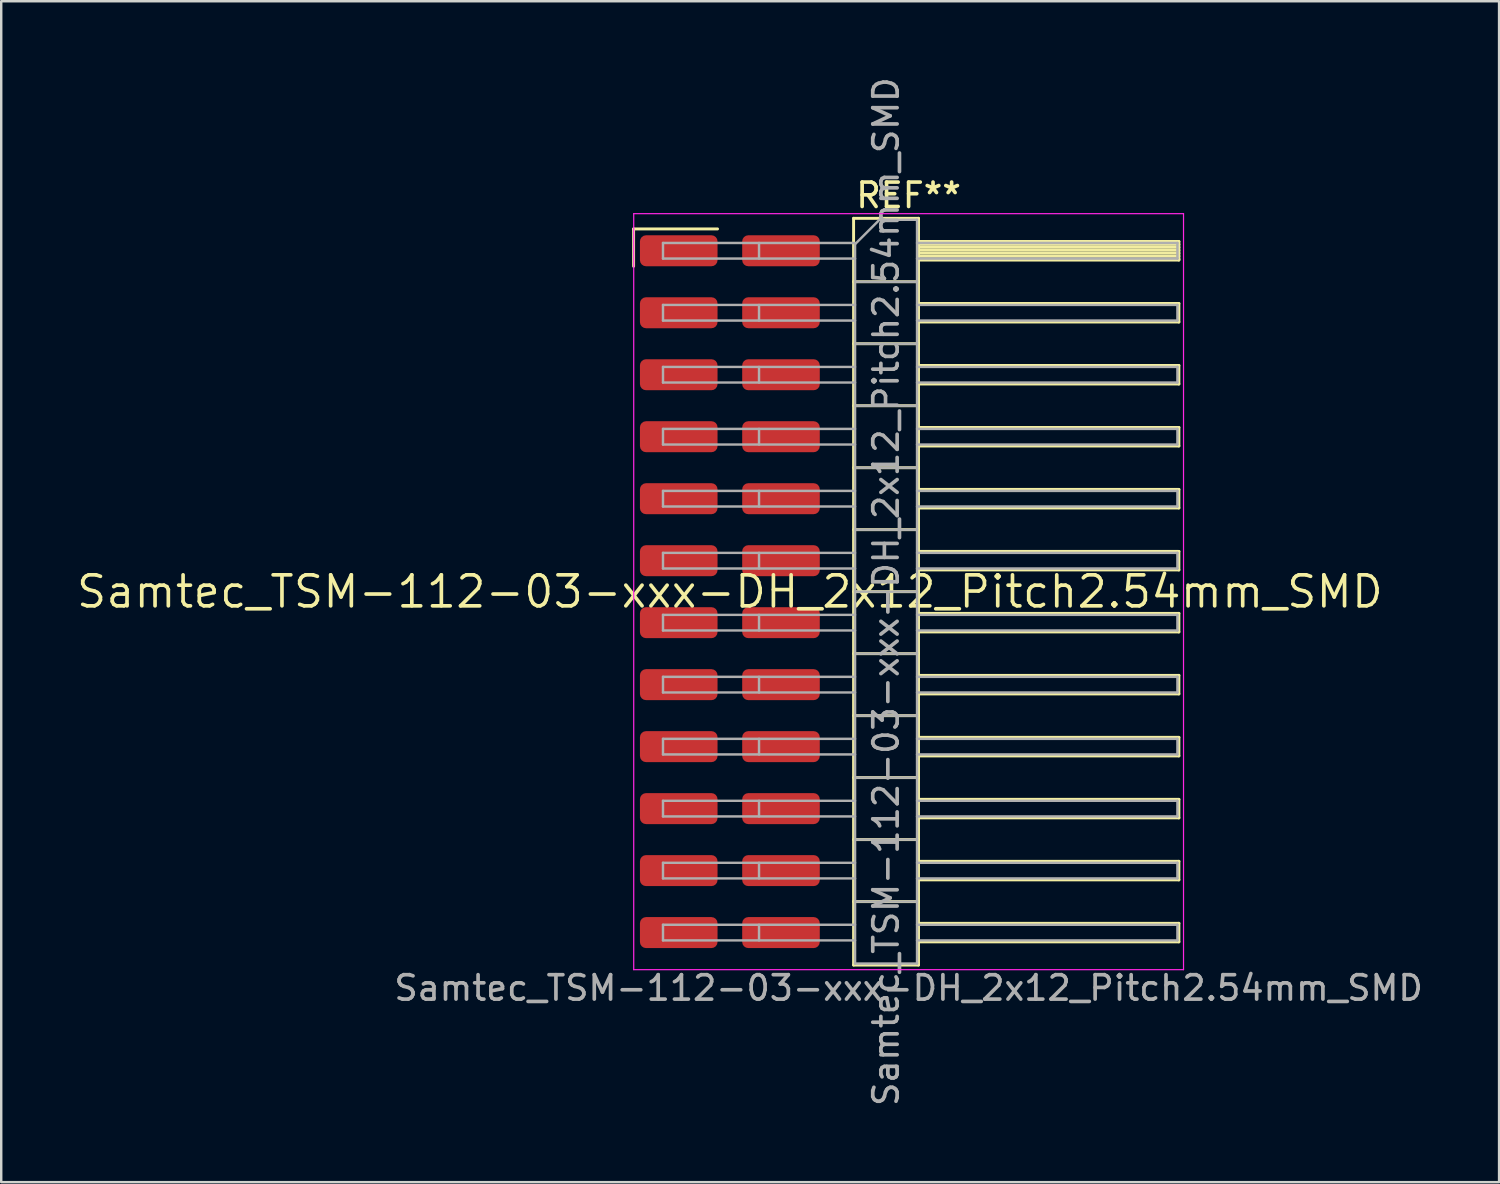
<source format=kicad_pcb>
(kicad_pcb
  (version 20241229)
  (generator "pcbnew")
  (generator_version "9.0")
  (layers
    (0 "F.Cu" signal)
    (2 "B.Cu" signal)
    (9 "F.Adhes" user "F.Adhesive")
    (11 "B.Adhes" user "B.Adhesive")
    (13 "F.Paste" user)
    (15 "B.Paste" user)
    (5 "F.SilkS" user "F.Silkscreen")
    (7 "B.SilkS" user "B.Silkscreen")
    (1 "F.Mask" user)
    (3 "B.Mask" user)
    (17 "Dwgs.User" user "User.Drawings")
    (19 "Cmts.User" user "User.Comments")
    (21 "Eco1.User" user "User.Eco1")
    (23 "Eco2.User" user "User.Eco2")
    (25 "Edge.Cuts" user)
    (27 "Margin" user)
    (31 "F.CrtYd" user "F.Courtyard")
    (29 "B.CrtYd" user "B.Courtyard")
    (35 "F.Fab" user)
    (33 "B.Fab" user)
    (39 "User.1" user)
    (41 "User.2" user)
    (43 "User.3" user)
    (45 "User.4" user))
  (footprint "Samtec_TSM-112-03-xxx-DH_2x12_Pitch2.54mm_SMD"
    (layer "F.Cu")
    (at 26.859 21.196)
    (property "Reference" "Samtec_TSM-112-03-xxx-DH_2x12_Pitch2.54mm_SMD" (at 0 0 0) (layer "F.SilkS") (effects (font (size 1.27 1.27) (thickness 0.15))))
    (attr smd)
    (fp_line (start -3.945 -14.865) (end -0.505 -14.865) (stroke (width 0.12) (type solid)) (layer "F.SilkS"))
    (fp_line (start -3.945 -13.335) (end -3.945 -14.865) (stroke (width 0.12) (type solid)) (layer "F.SilkS"))
    (fp_line (start 5.07 -15.3) (end 7.73 -15.3) (stroke (width 0.12) (type solid)) (layer "F.SilkS"))
    (fp_line (start 5.07 -12.7) (end 7.73 -12.7) (stroke (width 0.12) (type solid)) (layer "F.SilkS"))
    (fp_line (start 5.07 -10.16) (end 7.73 -10.16) (stroke (width 0.12) (type solid)) (layer "F.SilkS"))
    (fp_line (start 5.07 -7.62) (end 7.73 -7.62) (stroke (width 0.12) (type solid)) (layer "F.SilkS"))
    (fp_line (start 5.07 -5.08) (end 7.73 -5.08) (stroke (width 0.12) (type solid)) (layer "F.SilkS"))
    (fp_line (start 5.07 -2.54) (end 7.73 -2.54) (stroke (width 0.12) (type solid)) (layer "F.SilkS"))
    (fp_line (start 5.07 0) (end 7.73 0) (stroke (width 0.12) (type solid)) (layer "F.SilkS"))
    (fp_line (start 5.07 2.54) (end 7.73 2.54) (stroke (width 0.12) (type solid)) (layer "F.SilkS"))
    (fp_line (start 5.07 5.08) (end 7.73 5.08) (stroke (width 0.12) (type solid)) (layer "F.SilkS"))
    (fp_line (start 5.07 7.62) (end 7.73 7.62) (stroke (width 0.12) (type solid)) (layer "F.SilkS"))
    (fp_line (start 5.07 10.16) (end 7.73 10.16) (stroke (width 0.12) (type solid)) (layer "F.SilkS"))
    (fp_line (start 5.07 12.7) (end 7.73 12.7) (stroke (width 0.12) (type solid)) (layer "F.SilkS"))
    (fp_line (start 5.07 15.3) (end 5.07 -15.3) (stroke (width 0.12) (type solid)) (layer "F.SilkS"))
    (fp_line (start 7.73 -15.3) (end 7.73 15.3) (stroke (width 0.12) (type solid)) (layer "F.SilkS"))
    (fp_line (start 7.73 -14.35) (end 18.4 -14.35) (stroke (width 0.12) (type solid)) (layer "F.SilkS"))
    (fp_line (start 7.73 -14.23) (end 18.4 -14.23) (stroke (width 0.12) (type solid)) (layer "F.SilkS"))
    (fp_line (start 7.73 -14.11) (end 18.4 -14.11) (stroke (width 0.12) (type solid)) (layer "F.SilkS"))
    (fp_line (start 7.73 -13.99) (end 18.4 -13.99) (stroke (width 0.12) (type solid)) (layer "F.SilkS"))
    (fp_line (start 7.73 -13.87) (end 18.4 -13.87) (stroke (width 0.12) (type solid)) (layer "F.SilkS"))
    (fp_line (start 7.73 -13.75) (end 18.4 -13.75) (stroke (width 0.12) (type solid)) (layer "F.SilkS"))
    (fp_line (start 7.73 -13.63) (end 18.4 -13.63) (stroke (width 0.12) (type solid)) (layer "F.SilkS"))
    (fp_line (start 7.73 -13.59) (end 18.4 -13.59) (stroke (width 0.12) (type solid)) (layer "F.SilkS"))
    (fp_line (start 7.73 -11.81) (end 18.4 -11.81) (stroke (width 0.12) (type solid)) (layer "F.SilkS"))
    (fp_line (start 7.73 -11.05) (end 18.4 -11.05) (stroke (width 0.12) (type solid)) (layer "F.SilkS"))
    (fp_line (start 7.73 -9.27) (end 18.4 -9.27) (stroke (width 0.12) (type solid)) (layer "F.SilkS"))
    (fp_line (start 7.73 -8.51) (end 18.4 -8.51) (stroke (width 0.12) (type solid)) (layer "F.SilkS"))
    (fp_line (start 7.73 -6.73) (end 18.4 -6.73) (stroke (width 0.12) (type solid)) (layer "F.SilkS"))
    (fp_line (start 7.73 -5.97) (end 18.4 -5.97) (stroke (width 0.12) (type solid)) (layer "F.SilkS"))
    (fp_line (start 7.73 -4.19) (end 18.4 -4.19) (stroke (width 0.12) (type solid)) (layer "F.SilkS"))
    (fp_line (start 7.73 -3.43) (end 18.4 -3.43) (stroke (width 0.12) (type solid)) (layer "F.SilkS"))
    (fp_line (start 7.73 -1.65) (end 18.4 -1.65) (stroke (width 0.12) (type solid)) (layer "F.SilkS"))
    (fp_line (start 7.73 -0.89) (end 18.4 -0.89) (stroke (width 0.12) (type solid)) (layer "F.SilkS"))
    (fp_line (start 7.73 0.89) (end 18.4 0.89) (stroke (width 0.12) (type solid)) (layer "F.SilkS"))
    (fp_line (start 7.73 1.65) (end 18.4 1.65) (stroke (width 0.12) (type solid)) (layer "F.SilkS"))
    (fp_line (start 7.73 3.43) (end 18.4 3.43) (stroke (width 0.12) (type solid)) (layer "F.SilkS"))
    (fp_line (start 7.73 4.19) (end 18.4 4.19) (stroke (width 0.12) (type solid)) (layer "F.SilkS"))
    (fp_line (start 7.73 5.97) (end 18.4 5.97) (stroke (width 0.12) (type solid)) (layer "F.SilkS"))
    (fp_line (start 7.73 6.73) (end 18.4 6.73) (stroke (width 0.12) (type solid)) (layer "F.SilkS"))
    (fp_line (start 7.73 8.51) (end 18.4 8.51) (stroke (width 0.12) (type solid)) (layer "F.SilkS"))
    (fp_line (start 7.73 9.27) (end 18.4 9.27) (stroke (width 0.12) (type solid)) (layer "F.SilkS"))
    (fp_line (start 7.73 11.05) (end 18.4 11.05) (stroke (width 0.12) (type solid)) (layer "F.SilkS"))
    (fp_line (start 7.73 11.81) (end 18.4 11.81) (stroke (width 0.12) (type solid)) (layer "F.SilkS"))
    (fp_line (start 7.73 13.59) (end 18.4 13.59) (stroke (width 0.12) (type solid)) (layer "F.SilkS"))
    (fp_line (start 7.73 14.35) (end 18.4 14.35) (stroke (width 0.12) (type solid)) (layer "F.SilkS"))
    (fp_line (start 7.73 15.3) (end 5.07 15.3) (stroke (width 0.12) (type solid)) (layer "F.SilkS"))
    (fp_line (start 18.4 -14.35) (end 18.4 -13.59) (stroke (width 0.12) (type solid)) (layer "F.SilkS"))
    (fp_line (start 18.4 -11.81) (end 18.4 -11.05) (stroke (width 0.12) (type solid)) (layer "F.SilkS"))
    (fp_line (start 18.4 -9.27) (end 18.4 -8.51) (stroke (width 0.12) (type solid)) (layer "F.SilkS"))
    (fp_line (start 18.4 -6.73) (end 18.4 -5.97) (stroke (width 0.12) (type solid)) (layer "F.SilkS"))
    (fp_line (start 18.4 -4.19) (end 18.4 -3.43) (stroke (width 0.12) (type solid)) (layer "F.SilkS"))
    (fp_line (start 18.4 -1.65) (end 18.4 -0.89) (stroke (width 0.12) (type solid)) (layer "F.SilkS"))
    (fp_line (start 18.4 0.89) (end 18.4 1.65) (stroke (width 0.12) (type solid)) (layer "F.SilkS"))
    (fp_line (start 18.4 3.43) (end 18.4 4.19) (stroke (width 0.12) (type solid)) (layer "F.SilkS"))
    (fp_line (start 18.4 5.97) (end 18.4 6.73) (stroke (width 0.12) (type solid)) (layer "F.SilkS"))
    (fp_line (start 18.4 8.51) (end 18.4 9.27) (stroke (width 0.12) (type solid)) (layer "F.SilkS"))
    (fp_line (start 18.4 11.05) (end 18.4 11.81) (stroke (width 0.12) (type solid)) (layer "F.SilkS"))
    (fp_line (start 18.4 13.59) (end 18.4 14.35) (stroke (width 0.12) (type solid)) (layer "F.SilkS"))
    (fp_line (start -3.94 -15.49) (end 18.59 -15.49) (stroke (width 0.05) (type solid)) (layer "F.CrtYd"))
    (fp_line (start -3.94 15.49) (end -3.94 -15.49) (stroke (width 0.05) (type solid)) (layer "F.CrtYd"))
    (fp_line (start 18.59 -15.49) (end 18.59 15.49) (stroke (width 0.05) (type solid)) (layer "F.CrtYd"))
    (fp_line (start 18.59 15.49) (end -3.94 15.49) (stroke (width 0.05) (type solid)) (layer "F.CrtYd"))
    (fp_line (start -2.74 -14.29) (end -2.74 -13.65) (stroke (width 0.1) (type solid)) (layer "F.Fab"))
    (fp_line (start -2.74 -14.29) (end 5.13 -14.29) (stroke (width 0.1) (type solid)) (layer "F.Fab"))
    (fp_line (start -2.74 -13.65) (end 5.13 -13.65) (stroke (width 0.1) (type solid)) (layer "F.Fab"))
    (fp_line (start -2.74 -11.75) (end -2.74 -11.11) (stroke (width 0.1) (type solid)) (layer "F.Fab"))
    (fp_line (start -2.74 -11.75) (end 5.13 -11.75) (stroke (width 0.1) (type solid)) (layer "F.Fab"))
    (fp_line (start -2.74 -11.11) (end 5.13 -11.11) (stroke (width 0.1) (type solid)) (layer "F.Fab"))
    (fp_line (start -2.74 -9.21) (end -2.74 -8.57) (stroke (width 0.1) (type solid)) (layer "F.Fab"))
    (fp_line (start -2.74 -9.21) (end 5.13 -9.21) (stroke (width 0.1) (type solid)) (layer "F.Fab"))
    (fp_line (start -2.74 -8.57) (end 5.13 -8.57) (stroke (width 0.1) (type solid)) (layer "F.Fab"))
    (fp_line (start -2.74 -6.67) (end -2.74 -6.03) (stroke (width 0.1) (type solid)) (layer "F.Fab"))
    (fp_line (start -2.74 -6.67) (end 5.13 -6.67) (stroke (width 0.1) (type solid)) (layer "F.Fab"))
    (fp_line (start -2.74 -6.03) (end 5.13 -6.03) (stroke (width 0.1) (type solid)) (layer "F.Fab"))
    (fp_line (start -2.74 -4.13) (end -2.74 -3.49) (stroke (width 0.1) (type solid)) (layer "F.Fab"))
    (fp_line (start -2.74 -4.13) (end 5.13 -4.13) (stroke (width 0.1) (type solid)) (layer "F.Fab"))
    (fp_line (start -2.74 -3.49) (end 5.13 -3.49) (stroke (width 0.1) (type solid)) (layer "F.Fab"))
    (fp_line (start -2.74 -1.59) (end -2.74 -0.95) (stroke (width 0.1) (type solid)) (layer "F.Fab"))
    (fp_line (start -2.74 -1.59) (end 5.13 -1.59) (stroke (width 0.1) (type solid)) (layer "F.Fab"))
    (fp_line (start -2.74 -0.95) (end 5.13 -0.95) (stroke (width 0.1) (type solid)) (layer "F.Fab"))
    (fp_line (start -2.74 0.95) (end -2.74 1.59) (stroke (width 0.1) (type solid)) (layer "F.Fab"))
    (fp_line (start -2.74 0.95) (end 5.13 0.95) (stroke (width 0.1) (type solid)) (layer "F.Fab"))
    (fp_line (start -2.74 1.59) (end 5.13 1.59) (stroke (width 0.1) (type solid)) (layer "F.Fab"))
    (fp_line (start -2.74 3.49) (end -2.74 4.13) (stroke (width 0.1) (type solid)) (layer "F.Fab"))
    (fp_line (start -2.74 3.49) (end 5.13 3.49) (stroke (width 0.1) (type solid)) (layer "F.Fab"))
    (fp_line (start -2.74 4.13) (end 5.13 4.13) (stroke (width 0.1) (type solid)) (layer "F.Fab"))
    (fp_line (start -2.74 6.03) (end -2.74 6.67) (stroke (width 0.1) (type solid)) (layer "F.Fab"))
    (fp_line (start -2.74 6.03) (end 5.13 6.03) (stroke (width 0.1) (type solid)) (layer "F.Fab"))
    (fp_line (start -2.74 6.67) (end 5.13 6.67) (stroke (width 0.1) (type solid)) (layer "F.Fab"))
    (fp_line (start -2.74 8.57) (end -2.74 9.21) (stroke (width 0.1) (type solid)) (layer "F.Fab"))
    (fp_line (start -2.74 8.57) (end 5.13 8.57) (stroke (width 0.1) (type solid)) (layer "F.Fab"))
    (fp_line (start -2.74 9.21) (end 5.13 9.21) (stroke (width 0.1) (type solid)) (layer "F.Fab"))
    (fp_line (start -2.74 11.11) (end -2.74 11.75) (stroke (width 0.1) (type solid)) (layer "F.Fab"))
    (fp_line (start -2.74 11.11) (end 5.13 11.11) (stroke (width 0.1) (type solid)) (layer "F.Fab"))
    (fp_line (start -2.74 11.75) (end 5.13 11.75) (stroke (width 0.1) (type solid)) (layer "F.Fab"))
    (fp_line (start -2.74 13.65) (end -2.74 14.29) (stroke (width 0.1) (type solid)) (layer "F.Fab"))
    (fp_line (start -2.74 13.65) (end 5.13 13.65) (stroke (width 0.1) (type solid)) (layer "F.Fab"))
    (fp_line (start -2.74 14.29) (end 5.13 14.29) (stroke (width 0.1) (type solid)) (layer "F.Fab"))
    (fp_line (start 1.195 -14.29) (end 1.195 -13.65) (stroke (width 0.1) (type solid)) (layer "F.Fab"))
    (fp_line (start 1.195 -11.75) (end 1.195 -11.11) (stroke (width 0.1) (type solid)) (layer "F.Fab"))
    (fp_line (start 1.195 -9.21) (end 1.195 -8.57) (stroke (width 0.1) (type solid)) (layer "F.Fab"))
    (fp_line (start 1.195 -6.67) (end 1.195 -6.03) (stroke (width 0.1) (type solid)) (layer "F.Fab"))
    (fp_line (start 1.195 -4.13) (end 1.195 -3.49) (stroke (width 0.1) (type solid)) (layer "F.Fab"))
    (fp_line (start 1.195 -1.59) (end 1.195 -0.95) (stroke (width 0.1) (type solid)) (layer "F.Fab"))
    (fp_line (start 1.195 0.95) (end 1.195 1.59) (stroke (width 0.1) (type solid)) (layer "F.Fab"))
    (fp_line (start 1.195 3.49) (end 1.195 4.13) (stroke (width 0.1) (type solid)) (layer "F.Fab"))
    (fp_line (start 1.195 6.03) (end 1.195 6.67) (stroke (width 0.1) (type solid)) (layer "F.Fab"))
    (fp_line (start 1.195 8.57) (end 1.195 9.21) (stroke (width 0.1) (type solid)) (layer "F.Fab"))
    (fp_line (start 1.195 11.11) (end 1.195 11.75) (stroke (width 0.1) (type solid)) (layer "F.Fab"))
    (fp_line (start 1.195 13.65) (end 1.195 14.29) (stroke (width 0.1) (type solid)) (layer "F.Fab"))
    (fp_line (start 5.13 -14.24) (end 6.13 -15.24) (stroke (width 0.1) (type solid)) (layer "F.Fab"))
    (fp_line (start 5.13 -12.7) (end 7.67 -12.7) (stroke (width 0.1) (type solid)) (layer "F.Fab"))
    (fp_line (start 5.13 -10.16) (end 7.67 -10.16) (stroke (width 0.1) (type solid)) (layer "F.Fab"))
    (fp_line (start 5.13 -7.62) (end 7.67 -7.62) (stroke (width 0.1) (type solid)) (layer "F.Fab"))
    (fp_line (start 5.13 -5.08) (end 7.67 -5.08) (stroke (width 0.1) (type solid)) (layer "F.Fab"))
    (fp_line (start 5.13 -2.54) (end 7.67 -2.54) (stroke (width 0.1) (type solid)) (layer "F.Fab"))
    (fp_line (start 5.13 0) (end 7.67 0) (stroke (width 0.1) (type solid)) (layer "F.Fab"))
    (fp_line (start 5.13 2.54) (end 7.67 2.54) (stroke (width 0.1) (type solid)) (layer "F.Fab"))
    (fp_line (start 5.13 5.08) (end 7.67 5.08) (stroke (width 0.1) (type solid)) (layer "F.Fab"))
    (fp_line (start 5.13 7.62) (end 7.67 7.62) (stroke (width 0.1) (type solid)) (layer "F.Fab"))
    (fp_line (start 5.13 10.16) (end 7.67 10.16) (stroke (width 0.1) (type solid)) (layer "F.Fab"))
    (fp_line (start 5.13 12.7) (end 7.67 12.7) (stroke (width 0.1) (type solid)) (layer "F.Fab"))
    (fp_line (start 5.13 15.24) (end 5.13 -14.24) (stroke (width 0.1) (type solid)) (layer "F.Fab"))
    (fp_line (start 6.13 -15.24) (end 7.67 -15.24) (stroke (width 0.1) (type solid)) (layer "F.Fab"))
    (fp_line (start 7.67 -15.24) (end 7.67 15.24) (stroke (width 0.1) (type solid)) (layer "F.Fab"))
    (fp_line (start 7.67 -14.29) (end 18.34 -14.29) (stroke (width 0.1) (type solid)) (layer "F.Fab"))
    (fp_line (start 7.67 -13.65) (end 18.34 -13.65) (stroke (width 0.1) (type solid)) (layer "F.Fab"))
    (fp_line (start 7.67 -11.75) (end 18.34 -11.75) (stroke (width 0.1) (type solid)) (layer "F.Fab"))
    (fp_line (start 7.67 -11.11) (end 18.34 -11.11) (stroke (width 0.1) (type solid)) (layer "F.Fab"))
    (fp_line (start 7.67 -9.21) (end 18.34 -9.21) (stroke (width 0.1) (type solid)) (layer "F.Fab"))
    (fp_line (start 7.67 -8.57) (end 18.34 -8.57) (stroke (width 0.1) (type solid)) (layer "F.Fab"))
    (fp_line (start 7.67 -6.67) (end 18.34 -6.67) (stroke (width 0.1) (type solid)) (layer "F.Fab"))
    (fp_line (start 7.67 -6.03) (end 18.34 -6.03) (stroke (width 0.1) (type solid)) (layer "F.Fab"))
    (fp_line (start 7.67 -4.13) (end 18.34 -4.13) (stroke (width 0.1) (type solid)) (layer "F.Fab"))
    (fp_line (start 7.67 -3.49) (end 18.34 -3.49) (stroke (width 0.1) (type solid)) (layer "F.Fab"))
    (fp_line (start 7.67 -1.59) (end 18.34 -1.59) (stroke (width 0.1) (type solid)) (layer "F.Fab"))
    (fp_line (start 7.67 -0.95) (end 18.34 -0.95) (stroke (width 0.1) (type solid)) (layer "F.Fab"))
    (fp_line (start 7.67 0.95) (end 18.34 0.95) (stroke (width 0.1) (type solid)) (layer "F.Fab"))
    (fp_line (start 7.67 1.59) (end 18.34 1.59) (stroke (width 0.1) (type solid)) (layer "F.Fab"))
    (fp_line (start 7.67 3.49) (end 18.34 3.49) (stroke (width 0.1) (type solid)) (layer "F.Fab"))
    (fp_line (start 7.67 4.13) (end 18.34 4.13) (stroke (width 0.1) (type solid)) (layer "F.Fab"))
    (fp_line (start 7.67 6.03) (end 18.34 6.03) (stroke (width 0.1) (type solid)) (layer "F.Fab"))
    (fp_line (start 7.67 6.67) (end 18.34 6.67) (stroke (width 0.1) (type solid)) (layer "F.Fab"))
    (fp_line (start 7.67 8.57) (end 18.34 8.57) (stroke (width 0.1) (type solid)) (layer "F.Fab"))
    (fp_line (start 7.67 9.21) (end 18.34 9.21) (stroke (width 0.1) (type solid)) (layer "F.Fab"))
    (fp_line (start 7.67 11.11) (end 18.34 11.11) (stroke (width 0.1) (type solid)) (layer "F.Fab"))
    (fp_line (start 7.67 11.75) (end 18.34 11.75) (stroke (width 0.1) (type solid)) (layer "F.Fab"))
    (fp_line (start 7.67 13.65) (end 18.34 13.65) (stroke (width 0.1) (type solid)) (layer "F.Fab"))
    (fp_line (start 7.67 14.29) (end 18.34 14.29) (stroke (width 0.1) (type solid)) (layer "F.Fab"))
    (fp_line (start 7.67 15.24) (end 5.13 15.24) (stroke (width 0.1) (type solid)) (layer "F.Fab"))
    (fp_line (start 18.34 -14.29) (end 18.34 -13.65) (stroke (width 0.1) (type solid)) (layer "F.Fab"))
    (fp_line (start 18.34 -11.75) (end 18.34 -11.11) (stroke (width 0.1) (type solid)) (layer "F.Fab"))
    (fp_line (start 18.34 -9.21) (end 18.34 -8.57) (stroke (width 0.1) (type solid)) (layer "F.Fab"))
    (fp_line (start 18.34 -6.67) (end 18.34 -6.03) (stroke (width 0.1) (type solid)) (layer "F.Fab"))
    (fp_line (start 18.34 -4.13) (end 18.34 -3.49) (stroke (width 0.1) (type solid)) (layer "F.Fab"))
    (fp_line (start 18.34 -1.59) (end 18.34 -0.95) (stroke (width 0.1) (type solid)) (layer "F.Fab"))
    (fp_line (start 18.34 0.95) (end 18.34 1.59) (stroke (width 0.1) (type solid)) (layer "F.Fab"))
    (fp_line (start 18.34 3.49) (end 18.34 4.13) (stroke (width 0.1) (type solid)) (layer "F.Fab"))
    (fp_line (start 18.34 6.03) (end 18.34 6.67) (stroke (width 0.1) (type solid)) (layer "F.Fab"))
    (fp_line (start 18.34 8.57) (end 18.34 9.21) (stroke (width 0.1) (type solid)) (layer "F.Fab"))
    (fp_line (start 18.34 11.11) (end 18.34 11.75) (stroke (width 0.1) (type solid)) (layer "F.Fab"))
    (fp_line (start 18.34 13.65) (end 18.34 14.29) (stroke (width 0.1) (type solid)) (layer "F.Fab"))
    (fp_text user "REF**" (at 7.325 -16.24 0) (layer "F.SilkS") (effects (font (size 1 1) (thickness 0.15))))
    (fp_text user "Samtec_TSM-112-03-xxx-DH_2x12_Pitch2.54mm_SMD" (at 7.325 16.24 0) (layer "F.Fab") (effects (font (size 1 1) (thickness 0.15))))
    (fp_text user "${REFERENCE}" (at 6.4 0 90) (layer "F.Fab") (effects (font (size 1 1) (thickness 0.15))))
    (pad "1" smd roundrect (at -2.095 -13.97) (size 3.18 1.27) (layers "F.Cu" "F.Mask" "F.Paste") (roundrect_rratio 0.197))
    (pad "2" smd roundrect (at 2.095 -13.97) (size 3.18 1.27) (layers "F.Cu" "F.Mask" "F.Paste") (roundrect_rratio 0.197))
    (pad "3" smd roundrect (at -2.095 -11.43) (size 3.18 1.27) (layers "F.Cu" "F.Mask" "F.Paste") (roundrect_rratio 0.197))
    (pad "4" smd roundrect (at 2.095 -11.43) (size 3.18 1.27) (layers "F.Cu" "F.Mask" "F.Paste") (roundrect_rratio 0.197))
    (pad "5" smd roundrect (at -2.095 -8.89) (size 3.18 1.27) (layers "F.Cu" "F.Mask" "F.Paste") (roundrect_rratio 0.197))
    (pad "6" smd roundrect (at 2.095 -8.89) (size 3.18 1.27) (layers "F.Cu" "F.Mask" "F.Paste") (roundrect_rratio 0.197))
    (pad "7" smd roundrect (at -2.095 -6.35) (size 3.18 1.27) (layers "F.Cu" "F.Mask" "F.Paste") (roundrect_rratio 0.197))
    (pad "8" smd roundrect (at 2.095 -6.35) (size 3.18 1.27) (layers "F.Cu" "F.Mask" "F.Paste") (roundrect_rratio 0.197))
    (pad "9" smd roundrect (at -2.095 -3.81) (size 3.18 1.27) (layers "F.Cu" "F.Mask" "F.Paste") (roundrect_rratio 0.197))
    (pad "10" smd roundrect (at 2.095 -3.81) (size 3.18 1.27) (layers "F.Cu" "F.Mask" "F.Paste") (roundrect_rratio 0.197))
    (pad "11" smd roundrect (at -2.095 -1.27) (size 3.18 1.27) (layers "F.Cu" "F.Mask" "F.Paste") (roundrect_rratio 0.197))
    (pad "12" smd roundrect (at 2.095 -1.27) (size 3.18 1.27) (layers "F.Cu" "F.Mask" "F.Paste") (roundrect_rratio 0.197))
    (pad "13" smd roundrect (at -2.095 1.27) (size 3.18 1.27) (layers "F.Cu" "F.Mask" "F.Paste") (roundrect_rratio 0.197))
    (pad "14" smd roundrect (at 2.095 1.27) (size 3.18 1.27) (layers "F.Cu" "F.Mask" "F.Paste") (roundrect_rratio 0.197))
    (pad "15" smd roundrect (at -2.095 3.81) (size 3.18 1.27) (layers "F.Cu" "F.Mask" "F.Paste") (roundrect_rratio 0.197))
    (pad "16" smd roundrect (at 2.095 3.81) (size 3.18 1.27) (layers "F.Cu" "F.Mask" "F.Paste") (roundrect_rratio 0.197))
    (pad "17" smd roundrect (at -2.095 6.35) (size 3.18 1.27) (layers "F.Cu" "F.Mask" "F.Paste") (roundrect_rratio 0.197))
    (pad "18" smd roundrect (at 2.095 6.35) (size 3.18 1.27) (layers "F.Cu" "F.Mask" "F.Paste") (roundrect_rratio 0.197))
    (pad "19" smd roundrect (at -2.095 8.89) (size 3.18 1.27) (layers "F.Cu" "F.Mask" "F.Paste") (roundrect_rratio 0.197))
    (pad "20" smd roundrect (at 2.095 8.89) (size 3.18 1.27) (layers "F.Cu" "F.Mask" "F.Paste") (roundrect_rratio 0.197))
    (pad "21" smd roundrect (at -2.095 11.43) (size 3.18 1.27) (layers "F.Cu" "F.Mask" "F.Paste") (roundrect_rratio 0.197))
    (pad "22" smd roundrect (at 2.095 11.43) (size 3.18 1.27) (layers "F.Cu" "F.Mask" "F.Paste") (roundrect_rratio 0.197))
    (pad "23" smd roundrect (at -2.095 13.97) (size 3.18 1.27) (layers "F.Cu" "F.Mask" "F.Paste") (roundrect_rratio 0.197))
    (pad "24" smd roundrect (at 2.095 13.97) (size 3.18 1.27) (layers "F.Cu" "F.Mask" "F.Paste") (roundrect_rratio 0.197)))
  (gr_rect
    (start -3 -3)
    (end 58.38 45.393)
    (stroke (width 0.1) (type default))
    (fill no)
    (layer "Edge.Cuts")))
</source>
